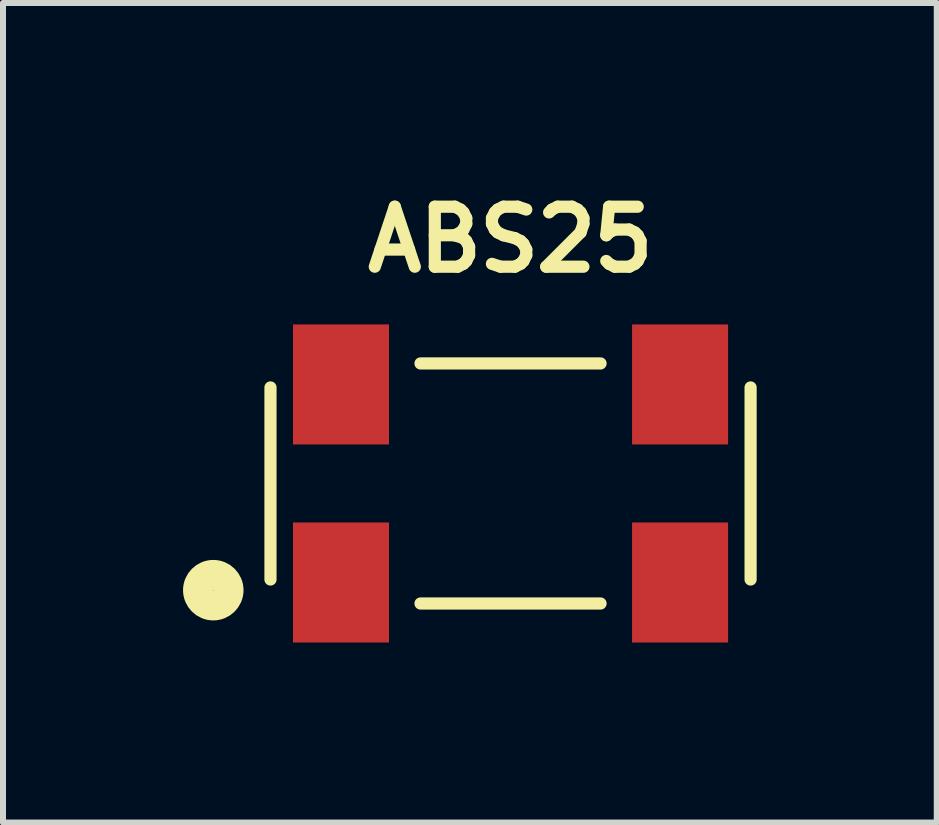
<source format=kicad_pcb>
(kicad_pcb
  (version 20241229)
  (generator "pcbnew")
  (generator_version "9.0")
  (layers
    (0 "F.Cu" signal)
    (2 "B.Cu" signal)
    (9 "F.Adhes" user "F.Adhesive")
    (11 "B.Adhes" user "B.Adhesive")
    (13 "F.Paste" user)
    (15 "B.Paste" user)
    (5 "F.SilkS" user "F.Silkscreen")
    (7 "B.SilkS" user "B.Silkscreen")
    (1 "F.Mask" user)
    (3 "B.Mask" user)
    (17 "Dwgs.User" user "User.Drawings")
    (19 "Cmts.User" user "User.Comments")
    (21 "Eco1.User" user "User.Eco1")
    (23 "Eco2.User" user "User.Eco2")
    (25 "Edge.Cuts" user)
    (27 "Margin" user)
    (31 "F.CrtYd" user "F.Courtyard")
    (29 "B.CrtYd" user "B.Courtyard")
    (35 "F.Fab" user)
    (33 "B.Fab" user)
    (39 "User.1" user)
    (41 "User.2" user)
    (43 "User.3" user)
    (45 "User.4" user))
  (footprint "ABS25"
    (layer "F.Cu")
    (at 5.457 5.006)
    (property "Reference" "ABS25" (at 0 -4.064 0) (layer "F.SilkS") (effects (font (size 1 1) (thickness 0.203))))
    (attr smd)
    (fp_line (start -4 -1.6) (end -4 1.6) (stroke (width 0.203) (type solid)) (layer "F.SilkS"))
    (fp_line (start -1.5 2) (end 1.5 2) (stroke (width 0.203) (type solid)) (layer "F.SilkS"))
    (fp_line (start 1.5 -2) (end -1.5 -2) (stroke (width 0.203) (type solid)) (layer "F.SilkS"))
    (fp_line (start 4 1.6) (end 4 -1.6) (stroke (width 0.203) (type solid)) (layer "F.SilkS"))
    (fp_circle (center -4.953 1.778) (end -4.699 1.778) (stroke (width 0.5) (type solid)) (fill no) (layer "F.SilkS"))
    (pad "1" smd rect (at -2.825 1.65) (size 1.6 2) (layers "F.Cu" "F.Mask" "F.Paste"))
    (pad "2" smd rect (at 2.825 1.65) (size 1.6 2) (layers "F.Cu" "F.Mask" "F.Paste"))
    (pad "3" smd rect (at 2.825 -1.65) (size 1.6 2) (layers "F.Cu" "F.Mask" "F.Paste"))
    (pad "4" smd rect (at -2.825 -1.65) (size 1.6 2) (layers "F.Cu" "F.Mask" "F.Paste")))
  (gr_rect
    (start -3 -3)
    (end 12.559 10.656)
    (stroke (width 0.1) (type default))
    (fill no)
    (layer "Edge.Cuts")))
</source>
